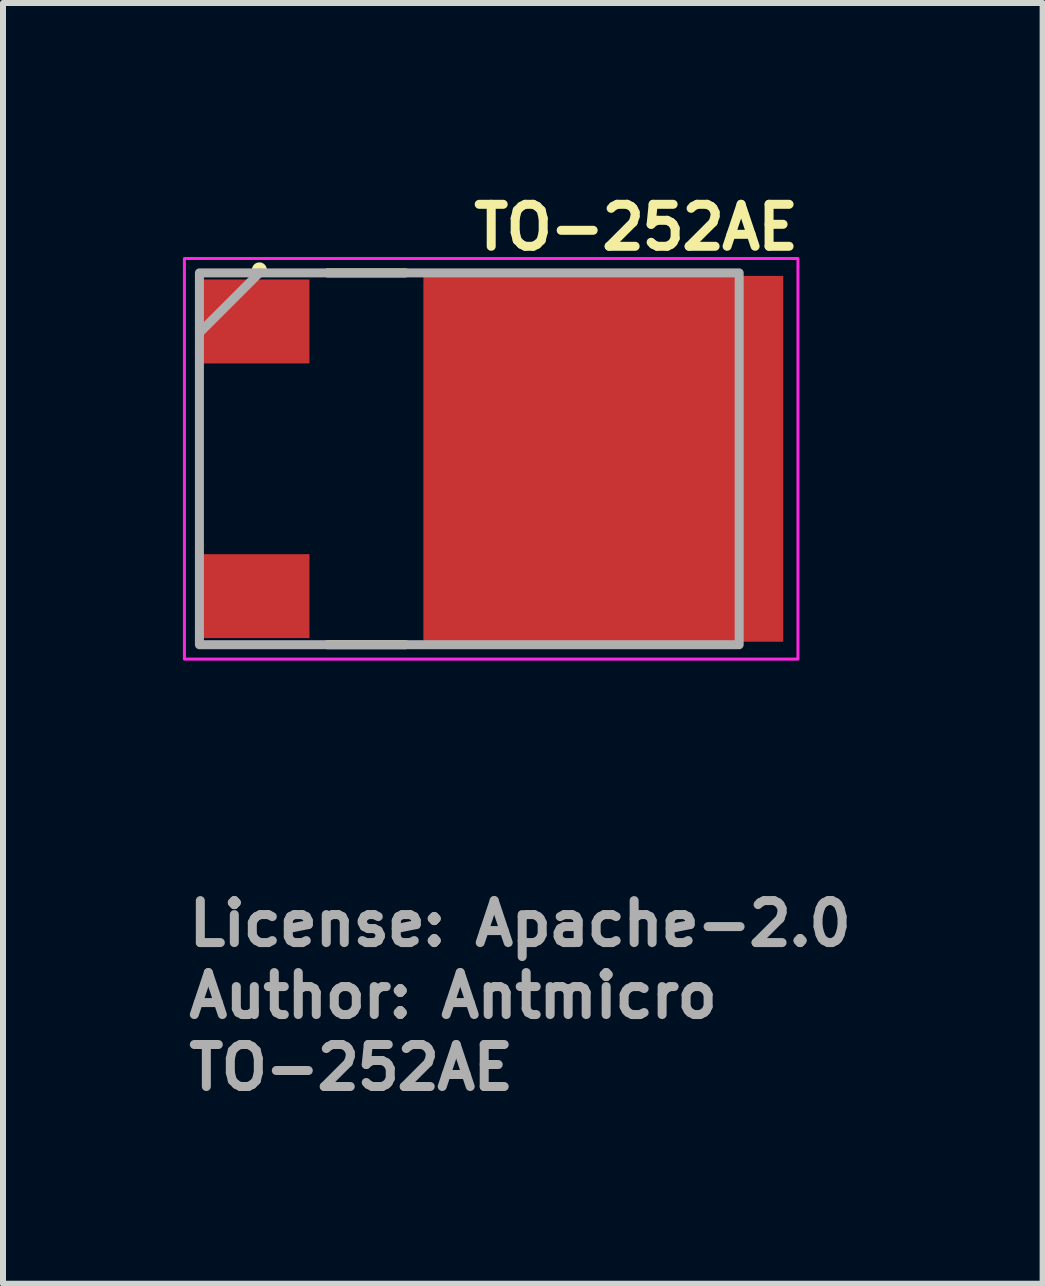
<source format=kicad_pcb>
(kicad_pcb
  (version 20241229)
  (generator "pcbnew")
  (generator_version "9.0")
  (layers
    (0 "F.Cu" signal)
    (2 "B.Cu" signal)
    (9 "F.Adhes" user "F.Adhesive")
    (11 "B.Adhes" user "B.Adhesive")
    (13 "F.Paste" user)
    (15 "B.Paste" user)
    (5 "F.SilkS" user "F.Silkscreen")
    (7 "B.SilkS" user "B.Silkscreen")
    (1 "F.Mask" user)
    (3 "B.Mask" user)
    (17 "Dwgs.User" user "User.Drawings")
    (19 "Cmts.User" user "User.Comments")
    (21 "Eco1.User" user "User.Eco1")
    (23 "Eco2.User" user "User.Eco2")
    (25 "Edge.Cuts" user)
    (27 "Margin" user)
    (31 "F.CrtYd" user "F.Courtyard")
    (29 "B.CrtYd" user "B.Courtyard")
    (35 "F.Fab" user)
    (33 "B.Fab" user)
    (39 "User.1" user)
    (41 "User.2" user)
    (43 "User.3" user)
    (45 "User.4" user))
  (footprint "TO-252AE"
    (layer "F.Cu")
    (at 4.775 4.6)
    (property "Reference" "TO-252AE" (at 0 -3.45 0) (layer "F.SilkS") (effects (font (size 0.7 0.7) (thickness 0.15)) (justify left bottom)))
    (attr smd)
    (fp_line (start -2.365 -3.1) (end -1.065 -3.1) (stroke (width 0.15) (type solid)) (layer "F.SilkS"))
    (fp_line (start -2.365 3.1) (end -1.065 3.1) (stroke (width 0.15) (type solid)) (layer "F.SilkS"))
    (fp_circle (center -3.5 -3.15) (end -3.45 -3.15) (stroke (width 0.15) (type solid)) (fill yes) (layer "F.SilkS"))
    (fp_rect (start -4.75 -3.34) (end 5.48 3.34) (stroke (width 0.05) (type solid)) (fill no) (layer "F.CrtYd"))
    (fp_line (start -3.5 -3.1) (end -4.5 -2.1) (stroke (width 0.15) (type solid)) (layer "F.Fab"))
    (fp_rect (start -4.5 -3.1) (end 4.5 3.1) (stroke (width 0.15) (type solid)) (fill no) (layer "F.Fab"))
    (fp_rect (start -4.5 -3.1) (end 4.5 3.1) (stroke (width 0.1) (type solid)) (fill no) (layer "User.5"))
    (fp_line (start -4.5 -1.908) (end -4.5 -2.667) (stroke (width 0.02) (type solid)) (layer "User.9"))
    (fp_line (start -4.5 -1.908) (end -3.682 -1.908) (stroke (width 0.02) (type solid)) (layer "User.9"))
    (fp_line (start -4.5 2.667) (end -4.5 1.908) (stroke (width 0.02) (type solid)) (layer "User.9"))
    (fp_line (start -4.5 2.667) (end -3.682 2.667) (stroke (width 0.02) (type solid)) (layer "User.9"))
    (fp_line (start -3.682 -2.667) (end -4.5 -2.667) (stroke (width 0.02) (type solid)) (layer "User.9"))
    (fp_line (start -3.682 -1.908) (end -3.682 -2.667) (stroke (width 0.02) (type solid)) (layer "User.9"))
    (fp_line (start -3.682 -1.908) (end -3.672 -1.908) (stroke (width 0.02) (type solid)) (layer "User.9"))
    (fp_line (start -3.682 1.908) (end -4.5 1.908) (stroke (width 0.02) (type solid)) (layer "User.9"))
    (fp_line (start -3.682 2.667) (end -3.682 1.908) (stroke (width 0.02) (type solid)) (layer "User.9"))
    (fp_line (start -3.682 2.667) (end -3.672 2.667) (stroke (width 0.02) (type solid)) (layer "User.9"))
    (fp_line (start -3.672 -2.667) (end -3.682 -2.667) (stroke (width 0.02) (type solid)) (layer "User.9"))
    (fp_line (start -3.672 -1.908) (end -3.661 -1.908) (stroke (width 0.02) (type solid)) (layer "User.9"))
    (fp_line (start -3.672 1.908) (end -3.682 1.908) (stroke (width 0.02) (type solid)) (layer "User.9"))
    (fp_line (start -3.672 2.667) (end -3.661 2.667) (stroke (width 0.02) (type solid)) (layer "User.9"))
    (fp_line (start -3.661 -2.667) (end -3.672 -2.667) (stroke (width 0.02) (type solid)) (layer "User.9"))
    (fp_line (start -3.661 -1.908) (end -3.652 -1.908) (stroke (width 0.02) (type solid)) (layer "User.9"))
    (fp_line (start -3.661 1.908) (end -3.672 1.908) (stroke (width 0.02) (type solid)) (layer "User.9"))
    (fp_line (start -3.661 2.667) (end -3.652 2.667) (stroke (width 0.02) (type solid)) (layer "User.9"))
    (fp_line (start -3.652 -2.667) (end -3.661 -2.667) (stroke (width 0.02) (type solid)) (layer "User.9"))
    (fp_line (start -3.652 -1.908) (end -3.642 -1.908) (stroke (width 0.02) (type solid)) (layer "User.9"))
    (fp_line (start -3.652 1.908) (end -3.661 1.908) (stroke (width 0.02) (type solid)) (layer "User.9"))
    (fp_line (start -3.652 2.667) (end -3.642 2.667) (stroke (width 0.02) (type solid)) (layer "User.9"))
    (fp_line (start -3.642 -2.667) (end -3.652 -2.667) (stroke (width 0.02) (type solid)) (layer "User.9"))
    (fp_line (start -3.642 -1.908) (end -3.632 -1.908) (stroke (width 0.02) (type solid)) (layer "User.9"))
    (fp_line (start -3.642 1.908) (end -3.652 1.908) (stroke (width 0.02) (type solid)) (layer "User.9"))
    (fp_line (start -3.642 2.667) (end -3.632 2.667) (stroke (width 0.02) (type solid)) (layer "User.9"))
    (fp_line (start -3.632 -2.667) (end -3.642 -2.667) (stroke (width 0.02) (type solid)) (layer "User.9"))
    (fp_line (start -3.632 -1.908) (end -3.623 -1.908) (stroke (width 0.02) (type solid)) (layer "User.9"))
    (fp_line (start -3.632 1.908) (end -3.642 1.908) (stroke (width 0.02) (type solid)) (layer "User.9"))
    (fp_line (start -3.632 2.667) (end -3.623 2.667) (stroke (width 0.02) (type solid)) (layer "User.9"))
    (fp_line (start -3.623 -2.667) (end -3.632 -2.667) (stroke (width 0.02) (type solid)) (layer "User.9"))
    (fp_line (start -3.623 -1.908) (end -3.614 -1.908) (stroke (width 0.02) (type solid)) (layer "User.9"))
    (fp_line (start -3.623 1.908) (end -3.632 1.908) (stroke (width 0.02) (type solid)) (layer "User.9"))
    (fp_line (start -3.623 2.667) (end -3.614 2.667) (stroke (width 0.02) (type solid)) (layer "User.9"))
    (fp_line (start -3.614 -2.667) (end -3.623 -2.667) (stroke (width 0.02) (type solid)) (layer "User.9"))
    (fp_line (start -3.614 -1.908) (end -3.606 -1.908) (stroke (width 0.02) (type solid)) (layer "User.9"))
    (fp_line (start -3.614 1.908) (end -3.623 1.908) (stroke (width 0.02) (type solid)) (layer "User.9"))
    (fp_line (start -3.614 2.667) (end -3.606 2.667) (stroke (width 0.02) (type solid)) (layer "User.9"))
    (fp_line (start -3.606 -2.667) (end -3.614 -2.667) (stroke (width 0.02) (type solid)) (layer "User.9"))
    (fp_line (start -3.606 -1.908) (end -3.598 -1.908) (stroke (width 0.02) (type solid)) (layer "User.9"))
    (fp_line (start -3.606 1.908) (end -3.614 1.908) (stroke (width 0.02) (type solid)) (layer "User.9"))
    (fp_line (start -3.606 2.667) (end -3.598 2.667) (stroke (width 0.02) (type solid)) (layer "User.9"))
    (fp_line (start -3.598 -2.667) (end -3.606 -2.667) (stroke (width 0.02) (type solid)) (layer "User.9"))
    (fp_line (start -3.598 -1.908) (end -3.59 -1.908) (stroke (width 0.02) (type solid)) (layer "User.9"))
    (fp_line (start -3.598 1.908) (end -3.606 1.908) (stroke (width 0.02) (type solid)) (layer "User.9"))
    (fp_line (start -3.598 2.667) (end -3.59 2.667) (stroke (width 0.02) (type solid)) (layer "User.9"))
    (fp_line (start -3.59 -2.667) (end -3.598 -2.667) (stroke (width 0.02) (type solid)) (layer "User.9"))
    (fp_line (start -3.59 -1.908) (end -3.583 -1.908) (stroke (width 0.02) (type solid)) (layer "User.9"))
    (fp_line (start -3.59 1.908) (end -3.598 1.908) (stroke (width 0.02) (type solid)) (layer "User.9"))
    (fp_line (start -3.59 2.667) (end -3.583 2.667) (stroke (width 0.02) (type solid)) (layer "User.9"))
    (fp_line (start -3.583 -2.667) (end -3.59 -2.667) (stroke (width 0.02) (type solid)) (layer "User.9"))
    (fp_line (start -3.583 -1.908) (end -3.576 -1.908) (stroke (width 0.02) (type solid)) (layer "User.9"))
    (fp_line (start -3.583 1.908) (end -3.59 1.908) (stroke (width 0.02) (type solid)) (layer "User.9"))
    (fp_line (start -3.583 2.667) (end -3.576 2.667) (stroke (width 0.02) (type solid)) (layer "User.9"))
    (fp_line (start -3.576 -2.667) (end -3.583 -2.667) (stroke (width 0.02) (type solid)) (layer "User.9"))
    (fp_line (start -3.576 -1.908) (end -3.57 -1.908) (stroke (width 0.02) (type solid)) (layer "User.9"))
    (fp_line (start -3.576 1.908) (end -3.583 1.908) (stroke (width 0.02) (type solid)) (layer "User.9"))
    (fp_line (start -3.576 2.667) (end -3.57 2.667) (stroke (width 0.02) (type solid)) (layer "User.9"))
    (fp_line (start -3.57 -2.667) (end -3.576 -2.667) (stroke (width 0.02) (type solid)) (layer "User.9"))
    (fp_line (start -3.57 -1.908) (end -3.565 -1.908) (stroke (width 0.02) (type solid)) (layer "User.9"))
    (fp_line (start -3.57 1.908) (end -3.576 1.908) (stroke (width 0.02) (type solid)) (layer "User.9"))
    (fp_line (start -3.57 2.667) (end -3.565 2.667) (stroke (width 0.02) (type solid)) (layer "User.9"))
    (fp_line (start -3.565 -2.667) (end -3.57 -2.667) (stroke (width 0.02) (type solid)) (layer "User.9"))
    (fp_line (start -3.565 -1.908) (end -3.565 -2.667) (stroke (width 0.02) (type solid)) (layer "User.9"))
    (fp_line (start -3.565 -1.908) (end -3.49 -1.908) (stroke (width 0.02) (type solid)) (layer "User.9"))
    (fp_line (start -3.565 1.908) (end -3.57 1.908) (stroke (width 0.02) (type solid)) (layer "User.9"))
    (fp_line (start -3.565 2.667) (end -3.565 1.908) (stroke (width 0.02) (type solid)) (layer "User.9"))
    (fp_line (start -3.565 2.667) (end -3.49 2.667) (stroke (width 0.02) (type solid)) (layer "User.9"))
    (fp_line (start -3.49 -2.667) (end -3.565 -2.667) (stroke (width 0.02) (type solid)) (layer "User.9"))
    (fp_line (start -3.49 -1.908) (end -3.49 -2.667) (stroke (width 0.02) (type solid)) (layer "User.9"))
    (fp_line (start -3.49 -1.908) (end -3.472 -1.908) (stroke (width 0.02) (type solid)) (layer "User.9"))
    (fp_line (start -3.49 1.908) (end -3.565 1.908) (stroke (width 0.02) (type solid)) (layer "User.9"))
    (fp_line (start -3.49 2.667) (end -3.49 1.908) (stroke (width 0.02) (type solid)) (layer "User.9"))
    (fp_line (start -3.49 2.667) (end -3.472 2.667) (stroke (width 0.02) (type solid)) (layer "User.9"))
    (fp_line (start -3.472 -2.667) (end -3.49 -2.667) (stroke (width 0.02) (type solid)) (layer "User.9"))
    (fp_line (start -3.472 -1.908) (end -3.452 -1.908) (stroke (width 0.02) (type solid)) (layer "User.9"))
    (fp_line (start -3.472 1.908) (end -3.49 1.908) (stroke (width 0.02) (type solid)) (layer "User.9"))
    (fp_line (start -3.472 2.667) (end -3.452 2.667) (stroke (width 0.02) (type solid)) (layer "User.9"))
    (fp_line (start -3.452 -2.667) (end -3.472 -2.667) (stroke (width 0.02) (type solid)) (layer "User.9"))
    (fp_line (start -3.452 -1.908) (end -3.43 -1.908) (stroke (width 0.02) (type solid)) (layer "User.9"))
    (fp_line (start -3.452 1.908) (end -3.472 1.908) (stroke (width 0.02) (type solid)) (layer "User.9"))
    (fp_line (start -3.452 2.667) (end -3.43 2.667) (stroke (width 0.02) (type solid)) (layer "User.9"))
    (fp_line (start -3.43 -2.667) (end -3.452 -2.667) (stroke (width 0.02) (type solid)) (layer "User.9"))
    (fp_line (start -3.43 -1.908) (end -3.406 -1.908) (stroke (width 0.02) (type solid)) (layer "User.9"))
    (fp_line (start -3.43 1.908) (end -3.452 1.908) (stroke (width 0.02) (type solid)) (layer "User.9"))
    (fp_line (start -3.43 2.667) (end -3.406 2.667) (stroke (width 0.02) (type solid)) (layer "User.9"))
    (fp_line (start -3.406 -2.667) (end -3.43 -2.667) (stroke (width 0.02) (type solid)) (layer "User.9"))
    (fp_line (start -3.406 -1.908) (end -3.381 -1.908) (stroke (width 0.02) (type solid)) (layer "User.9"))
    (fp_line (start -3.406 1.908) (end -3.43 1.908) (stroke (width 0.02) (type solid)) (layer "User.9"))
    (fp_line (start -3.406 2.667) (end -3.381 2.667) (stroke (width 0.02) (type solid)) (layer "User.9"))
    (fp_line (start -3.381 -2.667) (end -3.406 -2.667) (stroke (width 0.02) (type solid)) (layer "User.9"))
    (fp_line (start -3.381 -1.908) (end -3.354 -1.908) (stroke (width 0.02) (type solid)) (layer "User.9"))
    (fp_line (start -3.381 1.908) (end -3.406 1.908) (stroke (width 0.02) (type solid)) (layer "User.9"))
    (fp_line (start -3.381 2.667) (end -3.354 2.667) (stroke (width 0.02) (type solid)) (layer "User.9"))
    (fp_line (start -3.354 -2.667) (end -3.381 -2.667) (stroke (width 0.02) (type solid)) (layer "User.9"))
    (fp_line (start -3.354 -1.908) (end -3.325 -1.908) (stroke (width 0.02) (type solid)) (layer "User.9"))
    (fp_line (start -3.354 1.908) (end -3.381 1.908) (stroke (width 0.02) (type solid)) (layer "User.9"))
    (fp_line (start -3.354 2.667) (end -3.325 2.667) (stroke (width 0.02) (type solid)) (layer "User.9"))
    (fp_line (start -3.325 -2.667) (end -3.354 -2.667) (stroke (width 0.02) (type solid)) (layer "User.9"))
    (fp_line (start -3.325 -1.908) (end -3.295 -1.908) (stroke (width 0.02) (type solid)) (layer "User.9"))
    (fp_line (start -3.325 1.908) (end -3.354 1.908) (stroke (width 0.02) (type solid)) (layer "User.9"))
    (fp_line (start -3.325 2.667) (end -3.295 2.667) (stroke (width 0.02) (type solid)) (layer "User.9"))
    (fp_line (start -3.295 -2.667) (end -3.325 -2.667) (stroke (width 0.02) (type solid)) (layer "User.9"))
    (fp_line (start -3.295 -1.908) (end -3.265 -1.908) (stroke (width 0.02) (type solid)) (layer "User.9"))
    (fp_line (start -3.295 1.908) (end -3.325 1.908) (stroke (width 0.02) (type solid)) (layer "User.9"))
    (fp_line (start -3.295 2.667) (end -3.265 2.667) (stroke (width 0.02) (type solid)) (layer "User.9"))
    (fp_line (start -3.265 -2.667) (end -3.295 -2.667) (stroke (width 0.02) (type solid)) (layer "User.9"))
    (fp_line (start -3.265 -1.908) (end -3.233 -1.908) (stroke (width 0.02) (type solid)) (layer "User.9"))
    (fp_line (start -3.265 1.908) (end -3.295 1.908) (stroke (width 0.02) (type solid)) (layer "User.9"))
    (fp_line (start -3.265 2.667) (end -3.233 2.667) (stroke (width 0.02) (type solid)) (layer "User.9"))
    (fp_line (start -3.233 -2.667) (end -3.265 -2.667) (stroke (width 0.02) (type solid)) (layer "User.9"))
    (fp_line (start -3.233 -1.908) (end -3.2 -1.908) (stroke (width 0.02) (type solid)) (layer "User.9"))
    (fp_line (start -3.233 1.908) (end -3.265 1.908) (stroke (width 0.02) (type solid)) (layer "User.9"))
    (fp_line (start -3.233 2.667) (end -3.2 2.667) (stroke (width 0.02) (type solid)) (layer "User.9"))
    (fp_line (start -3.2 -2.667) (end -3.233 -2.667) (stroke (width 0.02) (type solid)) (layer "User.9"))
    (fp_line (start -3.2 -1.908) (end -3.167 -1.908) (stroke (width 0.02) (type solid)) (layer "User.9"))
    (fp_line (start -3.2 1.908) (end -3.233 1.908) (stroke (width 0.02) (type solid)) (layer "User.9"))
    (fp_line (start -3.2 2.667) (end -3.167 2.667) (stroke (width 0.02) (type solid)) (layer "User.9"))
    (fp_line (start -3.167 -2.667) (end -3.2 -2.667) (stroke (width 0.02) (type solid)) (layer "User.9"))
    (fp_line (start -3.167 -1.908) (end -3.134 -1.908) (stroke (width 0.02) (type solid)) (layer "User.9"))
    (fp_line (start -3.167 1.908) (end -3.2 1.908) (stroke (width 0.02) (type solid)) (layer "User.9"))
    (fp_line (start -3.167 2.667) (end -3.134 2.667) (stroke (width 0.02) (type solid)) (layer "User.9"))
    (fp_line (start -3.134 -2.667) (end -3.167 -2.667) (stroke (width 0.02) (type solid)) (layer "User.9"))
    (fp_line (start -3.134 -1.908) (end -3.1 -1.908) (stroke (width 0.02) (type solid)) (layer "User.9"))
    (fp_line (start -3.134 1.908) (end -3.167 1.908) (stroke (width 0.02) (type solid)) (layer "User.9"))
    (fp_line (start -3.134 2.667) (end -3.1 2.667) (stroke (width 0.02) (type solid)) (layer "User.9"))
    (fp_line (start -3.1 -2.667) (end -3.134 -2.667) (stroke (width 0.02) (type solid)) (layer "User.9"))
    (fp_line (start -3.1 -1.908) (end -3.1 -2.667) (stroke (width 0.02) (type solid)) (layer "User.9"))
    (fp_line (start -3.1 -1.908) (end -2.579 -1.908) (stroke (width 0.02) (type solid)) (layer "User.9"))
    (fp_line (start -3.1 1.908) (end -3.134 1.908) (stroke (width 0.02) (type solid)) (layer "User.9"))
    (fp_line (start -3.1 2.667) (end -3.1 1.908) (stroke (width 0.02) (type solid)) (layer "User.9"))
    (fp_line (start -3.1 2.667) (end -2.579 2.667) (stroke (width 0.02) (type solid)) (layer "User.9"))
    (fp_line (start -3 -0.381) (end -3 0.381) (stroke (width 0.02) (type solid)) (layer "User.9"))
    (fp_line (start -3 0.381) (end -2.579 0.381) (stroke (width 0.02) (type solid)) (layer "User.9"))
    (fp_line (start -2.6 -3.09) (end -2.6 -2.667) (stroke (width 0.02) (type solid)) (layer "User.9"))
    (fp_line (start -2.6 -3.09) (end -2.59 -3.1) (stroke (width 0.02) (type solid)) (layer "User.9"))
    (fp_line (start -2.6 -1.908) (end -2.6 -0.381) (stroke (width 0.02) (type solid)) (layer "User.9"))
    (fp_line (start -2.6 0.381) (end -2.6 1.908) (stroke (width 0.02) (type solid)) (layer "User.9"))
    (fp_line (start -2.6 2.667) (end -2.6 3.09) (stroke (width 0.02) (type solid)) (layer "User.9"))
    (fp_line (start -2.6 3.09) (end -2.55 3.04) (stroke (width 0.02) (type solid)) (layer "User.9"))
    (fp_line (start -2.59 -3.1) (end 3.967 -3.1) (stroke (width 0.02) (type solid)) (layer "User.9"))
    (fp_line (start -2.59 3.1) (end -2.6 3.09) (stroke (width 0.02) (type solid)) (layer "User.9"))
    (fp_line (start -2.59 3.1) (end 3.967 3.1) (stroke (width 0.02) (type solid)) (layer "User.9"))
    (fp_line (start -2.579 -2.667) (end -3.1 -2.667) (stroke (width 0.02) (type solid)) (layer "User.9"))
    (fp_line (start -2.579 -1.908) (end -2.579 -2.667) (stroke (width 0.02) (type solid)) (layer "User.9"))
    (fp_line (start -2.579 -0.381) (end -3 -0.381) (stroke (width 0.02) (type solid)) (layer "User.9"))
    (fp_line (start -2.579 0.381) (end -2.579 -0.381) (stroke (width 0.02) (type solid)) (layer "User.9"))
    (fp_line (start -2.579 1.908) (end -3.1 1.908) (stroke (width 0.02) (type solid)) (layer "User.9"))
    (fp_line (start -2.579 2.667) (end -2.579 1.908) (stroke (width 0.02) (type solid)) (layer "User.9"))
    (fp_line (start -2.55 -3.04) (end -2.6 -3.09) (stroke (width 0.02) (type solid)) (layer "User.9"))
    (fp_line (start -2.55 -3.04) (end 3.871 -3.04) (stroke (width 0.02) (type solid)) (layer "User.9"))
    (fp_line (start -2.55 3.04) (end -2.548 3.036) (stroke (width 0.02) (type solid)) (layer "User.9"))
    (fp_line (start -2.548 -3.036) (end -2.55 -3.04) (stroke (width 0.02) (type solid)) (layer "User.9"))
    (fp_line (start -2.548 3.036) (end -2.547 3.026) (stroke (width 0.02) (type solid)) (layer "User.9"))
    (fp_line (start -2.547 -3.026) (end -2.548 -3.036) (stroke (width 0.02) (type solid)) (layer "User.9"))
    (fp_line (start -2.547 3.026) (end -2.543 2.992) (stroke (width 0.02) (type solid)) (layer "User.9"))
    (fp_line (start -2.543 -2.992) (end -2.547 -3.026) (stroke (width 0.02) (type solid)) (layer "User.9"))
    (fp_line (start -2.543 2.992) (end -2.541 2.89) (stroke (width 0.02) (type solid)) (layer "User.9"))
    (fp_line (start -2.541 -2.89) (end -2.543 -2.992) (stroke (width 0.02) (type solid)) (layer "User.9"))
    (fp_line (start -2.541 -2.89) (end -2.541 2.89) (stroke (width 0.02) (type solid)) (layer "User.9"))
    (fp_line (start -2.541 2.89) (end 3.856 2.89) (stroke (width 0.02) (type solid)) (layer "User.9"))
    (fp_line (start 3.856 -2.89) (end -2.541 -2.89) (stroke (width 0.02) (type solid)) (layer "User.9"))
    (fp_line (start 3.856 2.89) (end 3.856 -2.89) (stroke (width 0.02) (type solid)) (layer "User.9"))
    (fp_line (start 3.856 2.89) (end 3.857 2.943) (stroke (width 0.02) (type solid)) (layer "User.9"))
    (fp_line (start 3.857 -2.943) (end 3.856 -2.89) (stroke (width 0.02) (type solid)) (layer "User.9"))
    (fp_line (start 3.857 2.943) (end 3.86 2.992) (stroke (width 0.02) (type solid)) (layer "User.9"))
    (fp_line (start 3.86 -2.992) (end 3.857 -2.943) (stroke (width 0.02) (type solid)) (layer "User.9"))
    (fp_line (start 3.86 2.992) (end 3.866 3.026) (stroke (width 0.02) (type solid)) (layer "User.9"))
    (fp_line (start 3.866 -3.026) (end 3.86 -2.992) (stroke (width 0.02) (type solid)) (layer "User.9"))
    (fp_line (start 3.866 3.026) (end 3.869 3.036) (stroke (width 0.02) (type solid)) (layer "User.9"))
    (fp_line (start 3.869 -3.036) (end 3.866 -3.026) (stroke (width 0.02) (type solid)) (layer "User.9"))
    (fp_line (start 3.869 3.036) (end 3.871 3.04) (stroke (width 0.02) (type solid)) (layer "User.9"))
    (fp_line (start 3.871 -3.04) (end 3.869 -3.036) (stroke (width 0.02) (type solid)) (layer "User.9"))
    (fp_line (start 3.871 3.04) (end -2.55 3.04) (stroke (width 0.02) (type solid)) (layer "User.9"))
    (fp_line (start 3.871 3.04) (end 3.967 3.1) (stroke (width 0.02) (type solid)) (layer "User.9"))
    (fp_line (start 3.967 -3.1) (end 3.871 -3.04) (stroke (width 0.02) (type solid)) (layer "User.9"))
    (fp_line (start 3.967 -2.75) (end 3.967 2.75) (stroke (width 0.02) (type solid)) (layer "User.9"))
    (fp_line (start 3.967 2.75) (end 4.5 2.75) (stroke (width 0.02) (type solid)) (layer "User.9"))
    (fp_line (start 3.967 3.1) (end 3.99 3.086) (stroke (width 0.02) (type solid)) (layer "User.9"))
    (fp_line (start 3.99 -3.086) (end 3.967 -3.1) (stroke (width 0.02) (type solid)) (layer "User.9"))
    (fp_line (start 3.99 3.086) (end 3.994 3.077) (stroke (width 0.02) (type solid)) (layer "User.9"))
    (fp_line (start 3.994 -3.077) (end 3.99 -3.086) (stroke (width 0.02) (type solid)) (layer "User.9"))
    (fp_line (start 3.994 3.077) (end 3.997 3.054) (stroke (width 0.02) (type solid)) (layer "User.9"))
    (fp_line (start 3.997 -3.054) (end 3.994 -3.077) (stroke (width 0.02) (type solid)) (layer "User.9"))
    (fp_line (start 3.997 3.054) (end 4 2.986) (stroke (width 0.02) (type solid)) (layer "User.9"))
    (fp_line (start 4 -2.986) (end 3.997 -3.054) (stroke (width 0.02) (type solid)) (layer "User.9"))
    (fp_line (start 4 -2.75) (end 4 -2.986) (stroke (width 0.02) (type solid)) (layer "User.9"))
    (fp_line (start 4 2.986) (end 4 2.75) (stroke (width 0.02) (type solid)) (layer "User.9"))
    (fp_line (start 4.4 -1.755) (end 4.403 -1.786) (stroke (width 0.02) (type solid)) (layer "User.9"))
    (fp_line (start 4.4 1.755) (end 4.4 -1.755) (stroke (width 0.02) (type solid)) (layer "User.9"))
    (fp_line (start 4.403 -1.786) (end 4.412 -1.815) (stroke (width 0.02) (type solid)) (layer "User.9"))
    (fp_line (start 4.403 1.786) (end 4.4 1.755) (stroke (width 0.02) (type solid)) (layer "User.9"))
    (fp_line (start 4.412 -1.815) (end 4.428 -1.842) (stroke (width 0.02) (type solid)) (layer "User.9"))
    (fp_line (start 4.412 1.815) (end 4.403 1.786) (stroke (width 0.02) (type solid)) (layer "User.9"))
    (fp_line (start 4.428 -1.842) (end 4.448 -1.865) (stroke (width 0.02) (type solid)) (layer "User.9"))
    (fp_line (start 4.428 1.842) (end 4.412 1.815) (stroke (width 0.02) (type solid)) (layer "User.9"))
    (fp_line (start 4.448 -1.865) (end 4.472 -1.883) (stroke (width 0.02) (type solid)) (layer "User.9"))
    (fp_line (start 4.448 1.865) (end 4.428 1.842) (stroke (width 0.02) (type solid)) (layer "User.9"))
    (fp_line (start 4.472 -1.883) (end 4.5 -1.896) (stroke (width 0.02) (type solid)) (layer "User.9"))
    (fp_line (start 4.472 1.883) (end 4.448 1.865) (stroke (width 0.02) (type solid)) (layer "User.9"))
    (fp_line (start 4.5 -2.75) (end 3.967 -2.75) (stroke (width 0.02) (type solid)) (layer "User.9"))
    (fp_line (start 4.5 -1.896) (end 4.5 -2.75) (stroke (width 0.02) (type solid)) (layer "User.9"))
    (fp_line (start 4.5 1.896) (end 4.472 1.883) (stroke (width 0.02) (type solid)) (layer "User.9"))
    (fp_line (start 4.5 2.75) (end 4.5 1.896) (stroke (width 0.02) (type solid)) (layer "User.9"))
    (fp_text user "License: Apache-2.0" (at -4.75 8.16 0) (layer "F.Fab") (effects (font (size 0.7 0.7) (thickness 0.15)) (justify left bottom)))
    (fp_text user "${REFERENCE}" (at -4.75 10.56 0) (layer "F.Fab") (effects (font (size 0.7 0.7) (thickness 0.15)) (justify left bottom)))
    (fp_text user "Author: Antmicro" (at -4.75 9.36 0) (layer "F.Fab") (effects (font (size 0.7 0.7) (thickness 0.15)) (justify left bottom)))
    (pad "1" smd rect (at -3.615 -2.29 90) (size 1.4 1.9) (layers "F.Cu" "F.Mask" "F.Paste"))
    (pad "2" smd rect (at -3.615 2.29 90) (size 1.4 1.9) (layers "F.Cu" "F.Mask" "F.Paste"))
    (pad "3" smd rect (at 2.235 0 180) (size 6 6.1) (layers "F.Cu" "F.Mask" "F.Paste")))
  (gr_rect
    (start -3 -3)
    (end 14.335 18.355)
    (stroke (width 0.1) (type default))
    (fill no)
    (layer "Edge.Cuts")))
</source>
